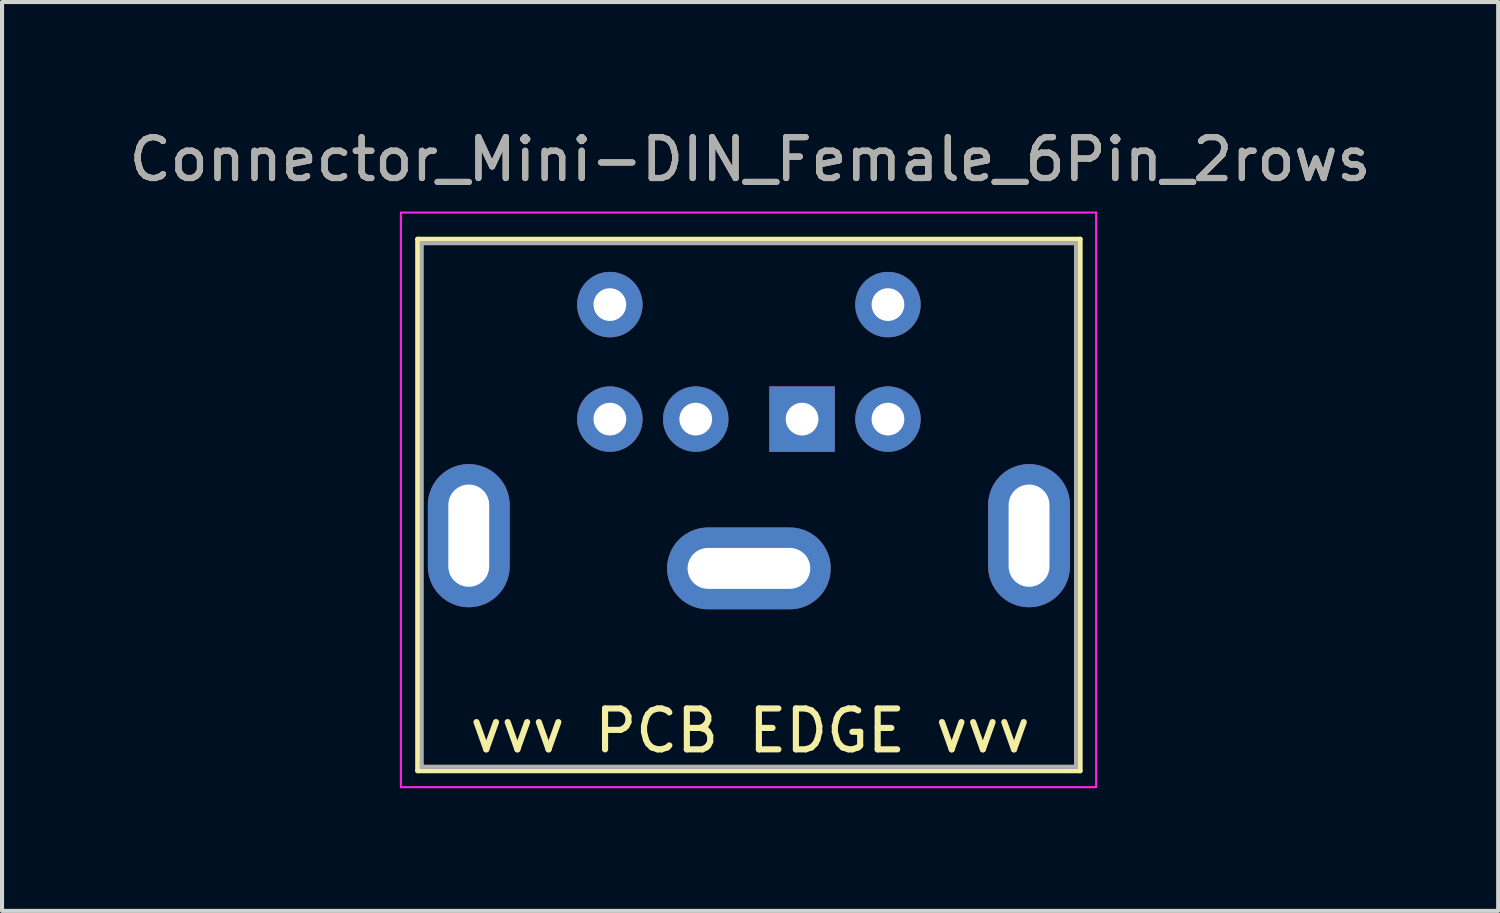
<source format=kicad_pcb>
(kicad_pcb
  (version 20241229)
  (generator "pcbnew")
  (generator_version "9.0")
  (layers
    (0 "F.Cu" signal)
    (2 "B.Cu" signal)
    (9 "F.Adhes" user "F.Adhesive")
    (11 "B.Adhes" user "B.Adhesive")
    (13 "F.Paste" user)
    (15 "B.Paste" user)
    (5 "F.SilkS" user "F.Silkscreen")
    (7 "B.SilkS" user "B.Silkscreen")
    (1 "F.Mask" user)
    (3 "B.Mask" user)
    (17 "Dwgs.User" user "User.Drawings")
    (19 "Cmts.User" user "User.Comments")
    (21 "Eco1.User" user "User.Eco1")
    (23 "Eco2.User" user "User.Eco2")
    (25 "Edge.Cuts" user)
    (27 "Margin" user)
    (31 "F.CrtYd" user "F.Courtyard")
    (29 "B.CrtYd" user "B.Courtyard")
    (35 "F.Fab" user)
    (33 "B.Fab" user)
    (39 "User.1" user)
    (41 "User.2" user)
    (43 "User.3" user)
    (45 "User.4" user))
  (footprint "Connector_Mini-DIN_Female_6Pin_2rows"
    (layer "F.Cu")
    (at 16.562 7.198)
    (property "Reference" "Connector_Mini-DIN_Female_6Pin_2rows" (at -1.27 -6.35 0) (layer "F.SilkS") (effects (font (size 1 1) (thickness 0.15))))
    (attr through_hole)
    (fp_line (start -9.4 -4.4) (end -9.4 8.6) (stroke (width 0.12) (type solid)) (layer "F.SilkS"))
    (fp_line (start -9.4 -4.4) (end 6.8 -4.4) (stroke (width 0.12) (type solid)) (layer "F.SilkS"))
    (fp_line (start -9.4 8.6) (end 6.8 8.6) (stroke (width 0.12) (type solid)) (layer "F.SilkS"))
    (fp_line (start 6.8 -4.4) (end 6.8 8.6) (stroke (width 0.12) (type solid)) (layer "F.SilkS"))
    (fp_line (start -9.81 -5.05) (end -9.81 9) (stroke (width 0.05) (type solid)) (layer "F.CrtYd"))
    (fp_line (start -9.81 -5.05) (end 7.19 -5.05) (stroke (width 0.05) (type solid)) (layer "F.CrtYd"))
    (fp_line (start 7.19 9) (end -9.81 9) (stroke (width 0.05) (type solid)) (layer "F.CrtYd"))
    (fp_line (start 7.19 9) (end 7.19 -5.05) (stroke (width 0.05) (type solid)) (layer "F.CrtYd"))
    (fp_line (start -9.3 -4.3) (end 6.7 -4.3) (stroke (width 0.1) (type solid)) (layer "F.Fab"))
    (fp_line (start -9.3 8.5) (end -9.3 -4.3) (stroke (width 0.1) (type solid)) (layer "F.Fab"))
    (fp_line (start 6.7 -4.3) (end 6.7 8.5) (stroke (width 0.1) (type solid)) (layer "F.Fab"))
    (fp_line (start 6.7 8.5) (end -9.3 8.5) (stroke (width 0.1) (type solid)) (layer "F.Fab"))
    (fp_text user "vvv PCB EDGE vvv" (at -1.27 7.62 0) (layer "F.SilkS") (effects (font (size 1 1) (thickness 0.15))))
    (fp_text user "${REFERENCE}" (at -1.27 -6.35 0) (layer "F.Fab") (effects (font (size 1 1) (thickness 0.15))))
    (pad "1" thru_hole rect (at 0 0) (size 1.6 1.6) (drill 0.8) (layers "*.Cu" "*.Mask"))
    (pad "2" thru_hole circle (at -2.6 0) (size 1.6 1.6) (drill 0.8) (layers "*.Cu" "*.Mask"))
    (pad "3" thru_hole circle (at 2.1 0) (size 1.6 1.6) (drill 0.8) (layers "*.Cu" "*.Mask"))
    (pad "4" thru_hole circle (at -4.7 0) (size 1.6 1.6) (drill 0.8) (layers "*.Cu" "*.Mask"))
    (pad "5" thru_hole circle (at 2.1 -2.8) (size 1.6 1.6) (drill 0.8) (layers "*.Cu" "*.Mask"))
    (pad "6" thru_hole circle (at -4.7 -2.8) (size 1.6 1.6) (drill 0.8) (layers "*.Cu" "*.Mask"))
    (pad "7" thru_hole oval (at -8.15 2.85) (size 2 3.5) (drill oval 1 2.5) (layers "*.Cu" "*.Mask"))
    (pad "7" thru_hole oval (at -1.3 3.65) (size 4 2) (drill oval 3 1) (layers "*.Cu" "*.Mask"))
    (pad "7" thru_hole oval (at 5.55 2.85) (size 2 3.5) (drill oval 1 2.5) (layers "*.Cu" "*.Mask")))
  (gr_rect
    (start -3 -3)
    (end 33.583 19.223)
    (stroke (width 0.1) (type default))
    (fill no)
    (layer "Edge.Cuts")))
</source>
